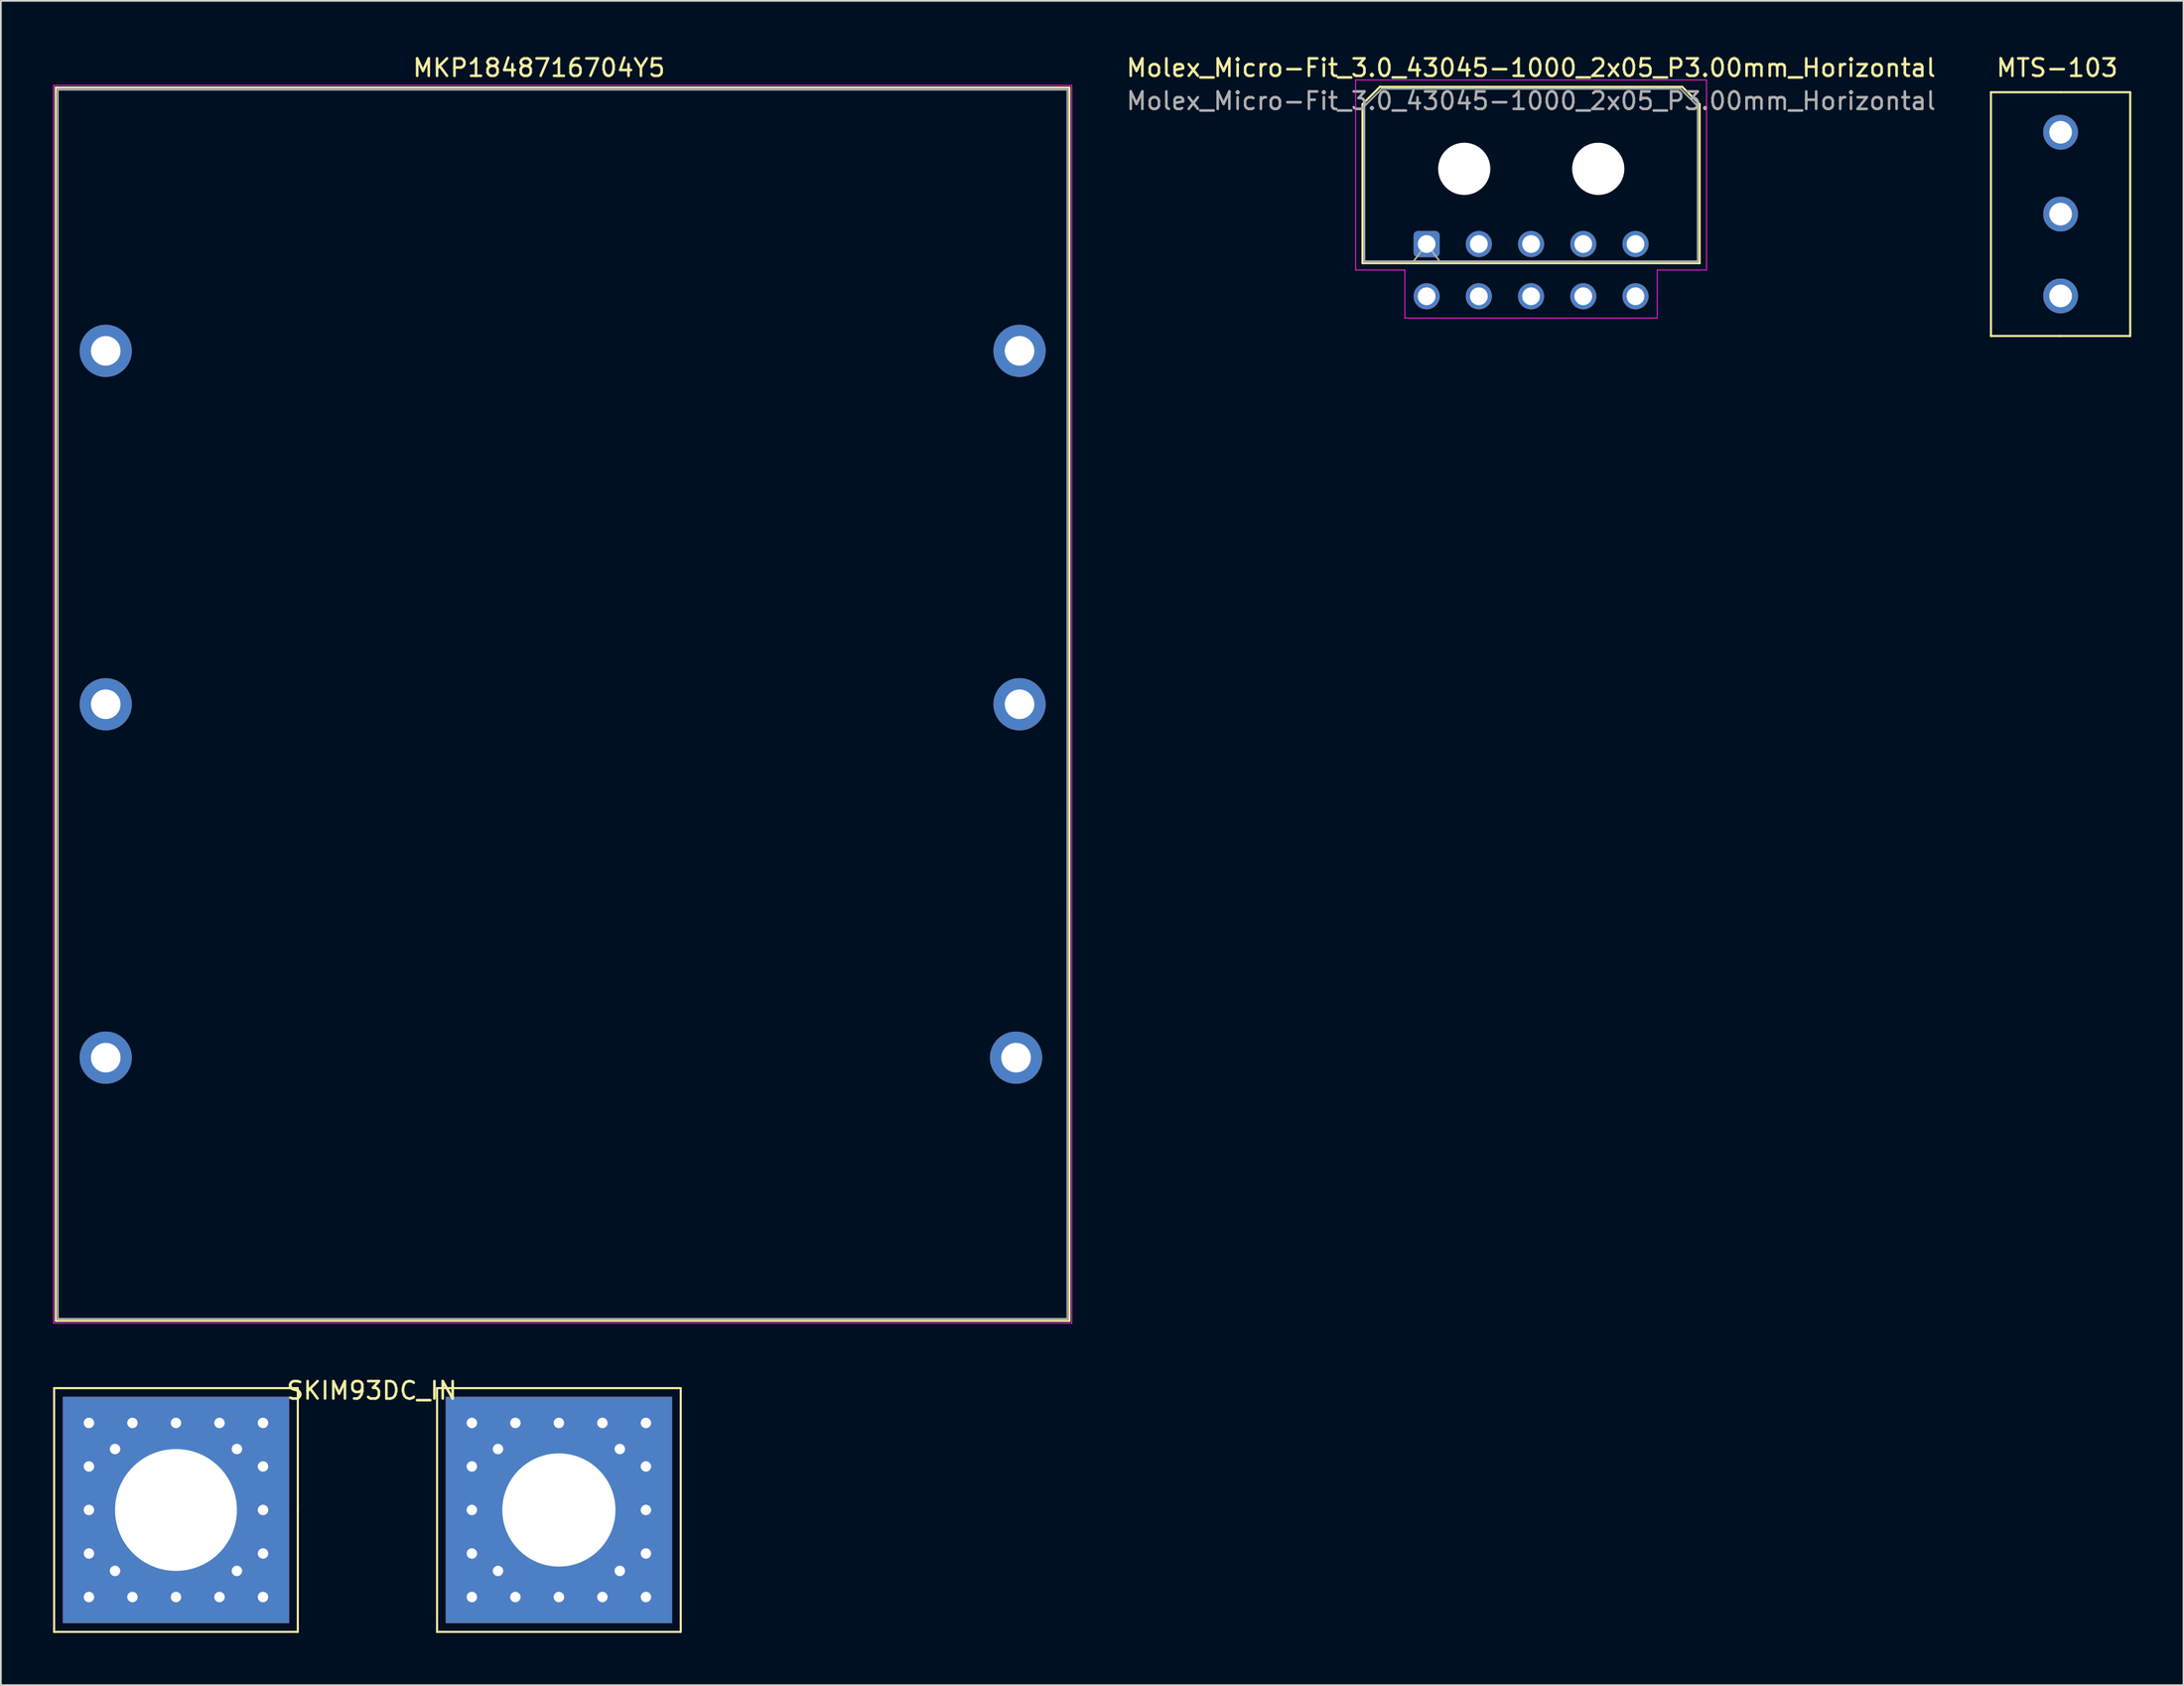
<source format=kicad_pcb>
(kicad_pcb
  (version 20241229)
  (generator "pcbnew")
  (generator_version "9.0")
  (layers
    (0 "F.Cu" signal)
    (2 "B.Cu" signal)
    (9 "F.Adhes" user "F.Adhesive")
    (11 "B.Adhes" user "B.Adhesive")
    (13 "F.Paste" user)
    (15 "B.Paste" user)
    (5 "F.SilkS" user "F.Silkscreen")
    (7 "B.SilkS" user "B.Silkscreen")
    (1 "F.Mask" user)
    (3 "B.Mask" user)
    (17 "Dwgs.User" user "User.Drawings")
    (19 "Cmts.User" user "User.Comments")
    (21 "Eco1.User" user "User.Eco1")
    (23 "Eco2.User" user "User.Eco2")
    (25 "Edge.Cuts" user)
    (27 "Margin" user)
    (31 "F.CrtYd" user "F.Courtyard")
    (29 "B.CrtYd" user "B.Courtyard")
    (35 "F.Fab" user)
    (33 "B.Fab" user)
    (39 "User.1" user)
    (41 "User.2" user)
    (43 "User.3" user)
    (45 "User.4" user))
  (footprint "MKP1848716704Y5"
    (layer "F.Cu")
    (at 3.025 17.104)
    (property "Reference" "MKP1848716704Y5" (at 24.892 -16.256 0) (layer "F.SilkS") (effects (font (size 1 1) (thickness 0.15))))
    (attr through_hole)
    (fp_line (start -2.87 -15.12) (end -2.87 55.72) (stroke (width 0.12) (type solid)) (layer "F.SilkS"))
    (fp_line (start -2.87 -15.12) (end 55.37 -15.12) (stroke (width 0.12) (type solid)) (layer "F.SilkS"))
    (fp_line (start -2.87 55.72) (end 55.37 55.72) (stroke (width 0.12) (type solid)) (layer "F.SilkS"))
    (fp_line (start 55.37 -15.12) (end 55.372 55.72) (stroke (width 0.12) (type solid)) (layer "F.SilkS"))
    (fp_line (start -3 -15.25) (end -3 55.85) (stroke (width 0.05) (type solid)) (layer "F.CrtYd"))
    (fp_line (start -3 55.85) (end 55.5 55.85) (stroke (width 0.05) (type solid)) (layer "F.CrtYd"))
    (fp_line (start 55.5 -15.25) (end -3 -15.25) (stroke (width 0.05) (type solid)) (layer "F.CrtYd"))
    (fp_line (start 55.5 55.85) (end 55.5 -15.25) (stroke (width 0.05) (type solid)) (layer "F.CrtYd"))
    (fp_line (start -2.75 -15) (end -2.75 55.6) (stroke (width 0.1) (type solid)) (layer "F.Fab"))
    (fp_line (start -2.75 55.6) (end 55.25 55.6) (stroke (width 0.1) (type solid)) (layer "F.Fab"))
    (fp_line (start 55.25 -15) (end -2.75 -15) (stroke (width 0.1) (type solid)) (layer "F.Fab"))
    (fp_line (start 55.25 55.6) (end 55.25 -15) (stroke (width 0.1) (type solid)) (layer "F.Fab"))
    (pad "1" thru_hole circle (at 0 0) (size 3 3) (drill 1.7) (layers "*.Cu" "*.Mask"))
    (pad "1" thru_hole circle (at 0 20.3) (size 3 3) (drill 1.7) (layers "*.Cu" "*.Mask"))
    (pad "1" thru_hole circle (at 0 40.6) (size 3 3) (drill 1.7) (layers "*.Cu" "*.Mask"))
    (pad "2" thru_hole circle (at 52.3 40.6) (size 3 3) (drill 1.7) (layers "*.Cu" "*.Mask"))
    (pad "2" thru_hole circle (at 52.5 0) (size 3 3) (drill 1.7) (layers "*.Cu" "*.Mask"))
    (pad "2" thru_hole circle (at 52.5 20.3) (size 3 3) (drill 1.7) (layers "*.Cu" "*.Mask")))
  (footprint "Molex_Micro-Fit_3.0_43045-1000_2x05_P3.00mm_Horizontal"
    (layer "F.Cu")
    (at 78.913 10.968)
    (property "Reference" "Molex_Micro-Fit_3.0_43045-1000_2x05_P3.00mm_Horizontal" (at 6 -10.12 0) (layer "F.SilkS") (effects (font (size 1 1) (thickness 0.15))))
    (attr through_hole)
    (fp_line (start -3.685 -8.03) (end -2.685 -9.03) (stroke (width 0.12) (type solid)) (layer "F.SilkS"))
    (fp_line (start -3.685 1.1) (end -3.685 -8.03) (stroke (width 0.12) (type solid)) (layer "F.SilkS"))
    (fp_line (start -2.685 -9.03) (end 14.685 -9.03) (stroke (width 0.12) (type solid)) (layer "F.SilkS"))
    (fp_line (start 14.685 -9.03) (end 15.685 -8.03) (stroke (width 0.12) (type solid)) (layer "F.SilkS"))
    (fp_line (start 15.685 -8.03) (end 15.685 1.1) (stroke (width 0.12) (type solid)) (layer "F.SilkS"))
    (fp_line (start 15.685 1.1) (end -3.685 1.1) (stroke (width 0.12) (type solid)) (layer "F.SilkS"))
    (fp_line (start -4.08 -9.42) (end 16.08 -9.42) (stroke (width 0.05) (type solid)) (layer "F.CrtYd"))
    (fp_line (start -4.08 1.49) (end -4.08 -9.42) (stroke (width 0.05) (type solid)) (layer "F.CrtYd"))
    (fp_line (start -1.25 1.49) (end -4.08 1.49) (stroke (width 0.05) (type solid)) (layer "F.CrtYd"))
    (fp_line (start -1.25 4.25) (end -1.25 1.49) (stroke (width 0.05) (type solid)) (layer "F.CrtYd"))
    (fp_line (start 13.25 1.49) (end 13.25 4.25) (stroke (width 0.05) (type solid)) (layer "F.CrtYd"))
    (fp_line (start 13.25 4.25) (end -1.25 4.25) (stroke (width 0.05) (type solid)) (layer "F.CrtYd"))
    (fp_line (start 16.08 -9.42) (end 16.08 1.49) (stroke (width 0.05) (type solid)) (layer "F.CrtYd"))
    (fp_line (start 16.08 1.49) (end 13.25 1.49) (stroke (width 0.05) (type solid)) (layer "F.CrtYd"))
    (fp_line (start -3.575 -7.92) (end -2.575 -8.92) (stroke (width 0.1) (type solid)) (layer "F.Fab"))
    (fp_line (start -3.575 0.99) (end -3.575 -7.92) (stroke (width 0.1) (type solid)) (layer "F.Fab"))
    (fp_line (start -2.575 -8.92) (end 14.575 -8.92) (stroke (width 0.1) (type solid)) (layer "F.Fab"))
    (fp_line (start -0.75 0.99) (end 0 0) (stroke (width 0.1) (type solid)) (layer "F.Fab"))
    (fp_line (start 0 0) (end 0.75 0.99) (stroke (width 0.1) (type solid)) (layer "F.Fab"))
    (fp_line (start 14.575 -8.92) (end 15.575 -7.92) (stroke (width 0.1) (type solid)) (layer "F.Fab"))
    (fp_line (start 15.575 -7.92) (end 15.575 0.99) (stroke (width 0.1) (type solid)) (layer "F.Fab"))
    (fp_line (start 15.575 0.99) (end -3.575 0.99) (stroke (width 0.1) (type solid)) (layer "F.Fab"))
    (fp_text user "${REFERENCE}" (at 6 -8.22 0) (layer "F.Fab") (effects (font (size 1 1) (thickness 0.15))))
    (pad "" np_thru_hole circle (at 2.16 -4.32) (size 3 3) (drill 3) (layers "*.Cu" "*.Mask"))
    (pad "" np_thru_hole circle (at 9.86 -4.32) (size 3 3) (drill 3) (layers "*.Cu" "*.Mask"))
    (pad "1" thru_hole roundrect (at 0 0) (size 1.5 1.5) (drill 1.02) (layers "*.Cu" "*.Mask") (roundrect_rratio 0.167))
    (pad "2" thru_hole circle (at 3 0) (size 1.5 1.5) (drill 1.02) (layers "*.Cu" "*.Mask"))
    (pad "3" thru_hole circle (at 6 0) (size 1.5 1.5) (drill 1.02) (layers "*.Cu" "*.Mask"))
    (pad "4" thru_hole circle (at 9 0) (size 1.5 1.5) (drill 1.02) (layers "*.Cu" "*.Mask"))
    (pad "5" thru_hole circle (at 12 0) (size 1.5 1.5) (drill 1.02) (layers "*.Cu" "*.Mask"))
    (pad "6" thru_hole circle (at 0 3) (size 1.5 1.5) (drill 1.02) (layers "*.Cu" "*.Mask"))
    (pad "7" thru_hole circle (at 3 3) (size 1.5 1.5) (drill 1.02) (layers "*.Cu" "*.Mask"))
    (pad "8" thru_hole circle (at 6 3) (size 1.5 1.5) (drill 1.02) (layers "*.Cu" "*.Mask"))
    (pad "9" thru_hole circle (at 9 3) (size 1.5 1.5) (drill 1.02) (layers "*.Cu" "*.Mask"))
    (pad "10" thru_hole circle (at 12 3) (size 1.5 1.5) (drill 1.02) (layers "*.Cu" "*.Mask")))
  (footprint "SKIM93DC_IN"
    (layer "F.Cu")
    (at 18.06 83.686)
    (property "Reference" "SKIM93DC_IN" (at 0.254 -6.858 0) (layer "F.SilkS") (effects (font (size 1 1) (thickness 0.15))))
    (attr through_hole)
    (fp_line (start -18 -7) (end -4 -7) (stroke (width 0.12) (type solid)) (layer "F.SilkS"))
    (fp_line (start -18 7) (end -18 -7) (stroke (width 0.12) (type solid)) (layer "F.SilkS"))
    (fp_line (start -4 -7) (end -4 0) (stroke (width 0.12) (type solid)) (layer "F.SilkS"))
    (fp_line (start -4 0) (end -4 7) (stroke (width 0.12) (type solid)) (layer "F.SilkS"))
    (fp_line (start -4 7) (end -18 7) (stroke (width 0.12) (type solid)) (layer "F.SilkS"))
    (fp_line (start 4 -7) (end 4 7) (stroke (width 0.12) (type solid)) (layer "F.SilkS"))
    (fp_line (start 4 7) (end 18 7) (stroke (width 0.12) (type solid)) (layer "F.SilkS"))
    (fp_line (start 18 -7) (end 4 -7) (stroke (width 0.12) (type solid)) (layer "F.SilkS"))
    (fp_line (start 18 7) (end 18 -7) (stroke (width 0.12) (type solid)) (layer "F.SilkS"))
    (pad "1" thru_hole circle (at -16 -5) (size 0.9 0.9) (drill 0.6) (layers "*.Cu" "*.Mask"))
    (pad "1" thru_hole circle (at -16 -2.5) (size 0.9 0.9) (drill 0.6) (layers "*.Cu" "*.Mask"))
    (pad "1" thru_hole circle (at -16 0) (size 0.9 0.9) (drill 0.6) (layers "*.Cu" "*.Mask"))
    (pad "1" thru_hole circle (at -16 2.5) (size 0.9 0.9) (drill 0.6) (layers "*.Cu" "*.Mask"))
    (pad "1" thru_hole circle (at -16 5) (size 0.9 0.9) (drill 0.6) (layers "*.Cu" "*.Mask"))
    (pad "1" thru_hole circle (at -14.5 -3.5) (size 0.9 0.9) (drill 0.6) (layers "*.Cu" "*.Mask"))
    (pad "1" thru_hole circle (at -14.5 3.5) (size 0.9 0.9) (drill 0.6) (layers "*.Cu" "*.Mask"))
    (pad "1" thru_hole circle (at -13.5 -5) (size 0.9 0.9) (drill 0.6) (layers "*.Cu" "*.Mask"))
    (pad "1" thru_hole circle (at -13.5 5) (size 0.9 0.9) (drill 0.6) (layers "*.Cu" "*.Mask"))
    (pad "1" thru_hole circle (at -11 -5) (size 0.9 0.9) (drill 0.6) (layers "*.Cu" "*.Mask"))
    (pad "1" thru_hole rect (at -11 0) (size 13 13) (drill 7) (layers "*.Cu" "*.Mask"))
    (pad "1" thru_hole circle (at -11 5) (size 0.9 0.9) (drill 0.6) (layers "*.Cu" "*.Mask"))
    (pad "1" thru_hole circle (at -8.5 -5) (size 0.9 0.9) (drill 0.6) (layers "*.Cu" "*.Mask"))
    (pad "1" thru_hole circle (at -8.5 5) (size 0.9 0.9) (drill 0.6) (layers "*.Cu" "*.Mask"))
    (pad "1" thru_hole circle (at -7.5 -3.5) (size 0.9 0.9) (drill 0.6) (layers "*.Cu" "*.Mask"))
    (pad "1" thru_hole circle (at -7.5 3.5) (size 0.9 0.9) (drill 0.6) (layers "*.Cu" "*.Mask"))
    (pad "1" thru_hole circle (at -6 -5) (size 0.9 0.9) (drill 0.6) (layers "*.Cu" "*.Mask"))
    (pad "1" thru_hole circle (at -6 -2.5) (size 0.9 0.9) (drill 0.6) (layers "*.Cu" "*.Mask"))
    (pad "1" thru_hole circle (at -6 0) (size 0.9 0.9) (drill 0.6) (layers "*.Cu" "*.Mask"))
    (pad "1" thru_hole circle (at -6 2.5) (size 0.9 0.9) (drill 0.6) (layers "*.Cu" "*.Mask"))
    (pad "1" thru_hole circle (at -6 5) (size 0.9 0.9) (drill 0.6) (layers "*.Cu" "*.Mask"))
    (pad "2" thru_hole circle (at 6 -5) (size 0.9 0.9) (drill 0.6) (layers "*.Cu" "*.Mask"))
    (pad "2" thru_hole circle (at 6 -2.5) (size 0.9 0.9) (drill 0.6) (layers "*.Cu" "*.Mask"))
    (pad "2" thru_hole circle (at 6 0) (size 0.9 0.9) (drill 0.6) (layers "*.Cu" "*.Mask"))
    (pad "2" thru_hole circle (at 6 2.5) (size 0.9 0.9) (drill 0.6) (layers "*.Cu" "*.Mask"))
    (pad "2" thru_hole circle (at 6 5) (size 0.9 0.9) (drill 0.6) (layers "*.Cu" "*.Mask"))
    (pad "2" thru_hole circle (at 7.5 -3.5) (size 0.9 0.9) (drill 0.6) (layers "*.Cu" "*.Mask"))
    (pad "2" thru_hole circle (at 7.5 3.5) (size 0.9 0.9) (drill 0.6) (layers "*.Cu" "*.Mask"))
    (pad "2" thru_hole circle (at 8.5 -5) (size 0.9 0.9) (drill 0.6) (layers "*.Cu" "*.Mask"))
    (pad "2" thru_hole circle (at 8.5 5) (size 0.9 0.9) (drill 0.6) (layers "*.Cu" "*.Mask"))
    (pad "2" thru_hole circle (at 11 -5) (size 0.9 0.9) (drill 0.6) (layers "*.Cu" "*.Mask"))
    (pad "2" thru_hole rect (at 11 0) (size 13 13) (drill 6.5) (layers "*.Cu" "*.Mask"))
    (pad "2" thru_hole circle (at 11 5) (size 0.9 0.9) (drill 0.6) (layers "*.Cu" "*.Mask"))
    (pad "2" thru_hole circle (at 13.5 -5) (size 0.9 0.9) (drill 0.6) (layers "*.Cu" "*.Mask"))
    (pad "2" thru_hole circle (at 13.5 5) (size 0.9 0.9) (drill 0.6) (layers "*.Cu" "*.Mask"))
    (pad "2" thru_hole circle (at 14.5 -3.5) (size 0.9 0.9) (drill 0.6) (layers "*.Cu" "*.Mask"))
    (pad "2" thru_hole circle (at 14.5 3.5) (size 0.9 0.9) (drill 0.6) (layers "*.Cu" "*.Mask"))
    (pad "2" thru_hole circle (at 16 -5) (size 0.9 0.9) (drill 0.6) (layers "*.Cu" "*.Mask"))
    (pad "2" thru_hole circle (at 16 -2.5) (size 0.9 0.9) (drill 0.6) (layers "*.Cu" "*.Mask"))
    (pad "2" thru_hole circle (at 16 0) (size 0.9 0.9) (drill 0.6) (layers "*.Cu" "*.Mask"))
    (pad "2" thru_hole circle (at 16 2.5) (size 0.9 0.9) (drill 0.6) (layers "*.Cu" "*.Mask"))
    (pad "2" thru_hole circle (at 16 5) (size 0.9 0.9) (drill 0.6) (layers "*.Cu" "*.Mask")))
  (footprint "MTS-103"
    (layer "F.Cu")
    (at 115.336 4.548)
    (property "Reference" "MTS-103" (at -0.2 -3.7 0) (layer "F.SilkS") (effects (font (size 1 1) (thickness 0.15))))
    (attr through_hole)
    (fp_line (start -4 -2.3) (end -4 11.7) (stroke (width 0.12) (type solid)) (layer "F.SilkS"))
    (fp_line (start 0 -2.3) (end -4 -2.3) (stroke (width 0.12) (type solid)) (layer "F.SilkS"))
    (fp_line (start 0 -2.3) (end 4 -2.3) (stroke (width 0.12) (type solid)) (layer "F.SilkS"))
    (fp_line (start 0 11.7) (end -4 11.7) (stroke (width 0.12) (type solid)) (layer "F.SilkS"))
    (fp_line (start 0 11.7) (end 4 11.7) (stroke (width 0.12) (type solid)) (layer "F.SilkS"))
    (fp_line (start 4 11.7) (end 4 -2.3) (stroke (width 0.12) (type solid)) (layer "F.SilkS"))
    (pad "1" thru_hole circle (at 0 0) (size 2 2) (drill 1.3) (layers "*.Cu" "*.Mask"))
    (pad "2" thru_hole circle (at 0 4.7) (size 2 2) (drill 1.3) (layers "*.Cu" "*.Mask"))
    (pad "3" thru_hole circle (at 0 9.4) (size 2 2) (drill 1.3) (layers "*.Cu" "*.Mask")))
  (gr_rect
    (start -3 -3)
    (end 122.396 93.746)
    (stroke (width 0.1) (type default))
    (fill no)
    (layer "Edge.Cuts")))
</source>
